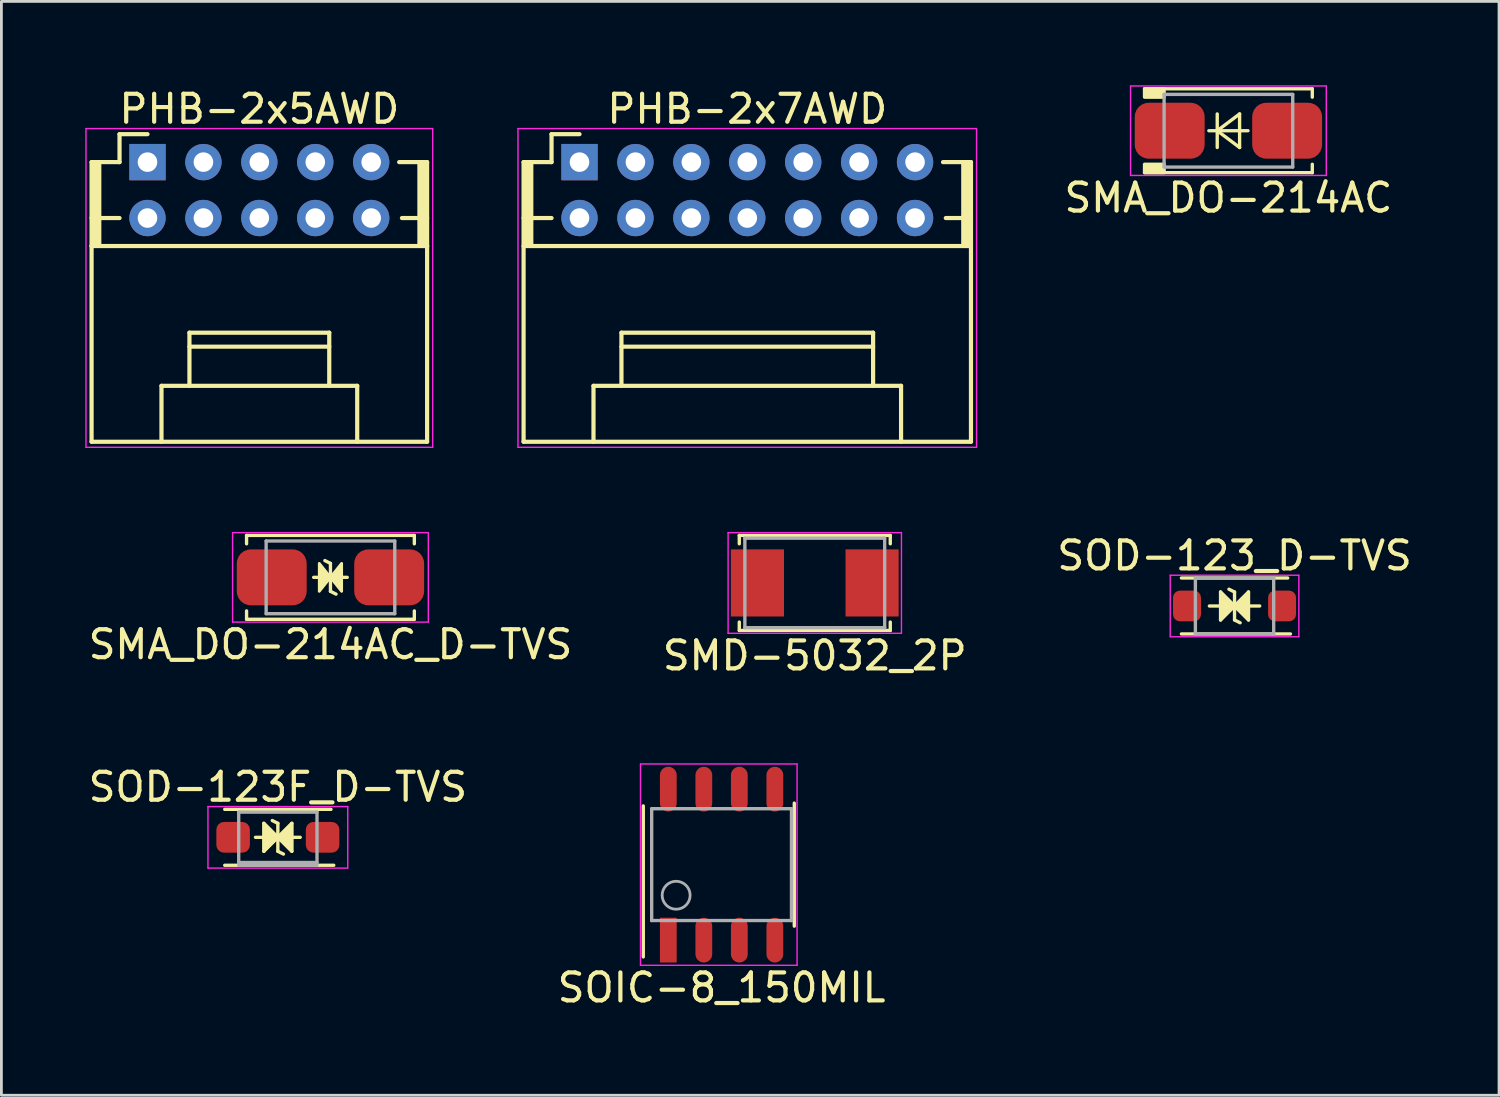
<source format=kicad_pcb>
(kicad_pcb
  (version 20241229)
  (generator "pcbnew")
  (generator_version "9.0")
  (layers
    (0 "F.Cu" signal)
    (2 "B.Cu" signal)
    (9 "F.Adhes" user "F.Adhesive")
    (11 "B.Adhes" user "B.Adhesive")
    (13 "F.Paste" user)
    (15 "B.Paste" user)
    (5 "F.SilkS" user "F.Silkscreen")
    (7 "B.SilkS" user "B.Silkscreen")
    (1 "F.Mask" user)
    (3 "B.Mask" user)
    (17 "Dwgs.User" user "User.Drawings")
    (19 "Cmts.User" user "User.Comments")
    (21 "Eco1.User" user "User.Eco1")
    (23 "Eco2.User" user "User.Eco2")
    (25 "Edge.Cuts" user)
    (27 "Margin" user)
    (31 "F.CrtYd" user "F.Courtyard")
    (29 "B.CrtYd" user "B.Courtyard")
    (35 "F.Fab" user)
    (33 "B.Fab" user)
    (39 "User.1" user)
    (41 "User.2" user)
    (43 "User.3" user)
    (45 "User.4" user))
  (footprint "SOIC-8_150MIL"
    (layer "F.Cu")
    (at 22.756 27.872)
    (property "Reference" "SOIC-8_150MIL" (at 0 4.4 0) (layer "F.SilkS") (effects (font (size 1 1) (thickness 0.15))))
    (attr through_hole)
    (fp_line (start -2.8 -2.1) (end -2.8 3.3) (stroke (width 0.12) (type solid)) (layer "F.SilkS"))
    (fp_line (start 2.6 -2.2) (end 2.6 2.2) (stroke (width 0.12) (type solid)) (layer "F.SilkS"))
    (fp_line (start -2.9 -3.6) (end 2.7 -3.6) (stroke (width 0.05) (type solid)) (layer "F.CrtYd"))
    (fp_line (start -2.9 3.6) (end -2.9 -3.6) (stroke (width 0.05) (type solid)) (layer "F.CrtYd"))
    (fp_line (start 2.7 -3.6) (end 2.7 3.6) (stroke (width 0.05) (type solid)) (layer "F.CrtYd"))
    (fp_line (start 2.7 3.6) (end -2.9 3.6) (stroke (width 0.05) (type solid)) (layer "F.CrtYd"))
    (fp_line (start -2.5 -2) (end 2.5 -2) (stroke (width 0.12) (type solid)) (layer "F.Fab"))
    (fp_line (start -2.5 2) (end -2.5 -2) (stroke (width 0.12) (type solid)) (layer "F.Fab"))
    (fp_line (start -2.5 2) (end 2.5 2) (stroke (width 0.12) (type solid)) (layer "F.Fab"))
    (fp_line (start 2.5 2) (end 2.5 -2) (stroke (width 0.12) (type solid)) (layer "F.Fab"))
    (fp_circle (center -1.625 1.095) (end -1.125 1.095) (stroke (width 0.1) (type solid)) (fill no) (layer "F.Fab"))
    (pad "1" smd rect (at -1.905 2.7) (size 0.6 1.6) (layers "F.Cu" "F.Mask" "F.Paste"))
    (pad "2" smd oval (at -0.635 2.7) (size 0.6 1.6) (layers "F.Cu" "F.Mask" "F.Paste"))
    (pad "3" smd oval (at 0.635 2.7 180) (size 0.6 1.6) (layers "F.Cu" "F.Mask" "F.Paste"))
    (pad "4" smd oval (at 1.905 2.7) (size 0.6 1.6) (layers "F.Cu" "F.Mask" "F.Paste"))
    (pad "5" smd oval (at 1.905 -2.7) (size 0.6 1.6) (layers "F.Cu" "F.Mask" "F.Paste"))
    (pad "6" smd oval (at 0.635 -2.7) (size 0.6 1.6) (layers "F.Cu" "F.Mask" "F.Paste"))
    (pad "7" smd oval (at -0.635 -2.7) (size 0.6 1.6) (layers "F.Cu" "F.Mask" "F.Paste"))
    (pad "8" smd oval (at -1.905 -2.7) (size 0.6 1.6) (layers "F.Cu" "F.Mask" "F.Paste")))
  (footprint "SMA_DO-214AC_D-TVS"
    (layer "F.Cu")
    (at 8.768 17.598)
    (property "Reference" "SMA_DO-214AC_D-TVS" (at 0 2.4 0) (layer "F.SilkS") (effects (font (size 1 1) (thickness 0.15))))
    (attr through_hole)
    (fp_line (start -3 -1.5) (end -3 -1.2) (stroke (width 0.12) (type solid)) (layer "F.SilkS"))
    (fp_line (start -3 -1.5) (end 3 -1.5) (stroke (width 0.12) (type solid)) (layer "F.SilkS"))
    (fp_line (start -3 1.5) (end -3 1.2) (stroke (width 0.12) (type solid)) (layer "F.SilkS"))
    (fp_line (start -3 1.5) (end 3 1.5) (stroke (width 0.12) (type solid)) (layer "F.SilkS"))
    (fp_line (start -0.6 0) (end 0.6 0) (stroke (width 0.12) (type solid)) (layer "F.SilkS"))
    (fp_line (start 0 -0.5) (end -0.2 -0.6) (stroke (width 0.12) (type solid)) (layer "F.SilkS"))
    (fp_line (start 0 -0.5) (end 0 0.5) (stroke (width 0.12) (type solid)) (layer "F.SilkS"))
    (fp_line (start 0 0.5) (end 0.2 0.6) (stroke (width 0.12) (type solid)) (layer "F.SilkS"))
    (fp_line (start 3 -1.5) (end 3 -1.2) (stroke (width 0.12) (type solid)) (layer "F.SilkS"))
    (fp_line (start 3 1.5) (end 3 1.2) (stroke (width 0.12) (type solid)) (layer "F.SilkS"))
    (fp_poly (pts (xy 0 0) (xy -0.4 -0.5) (xy -0.4 0.5)) (stroke (width 0.1) (type solid)) (fill yes) (layer "F.SilkS"))
    (fp_poly (pts (xy 0 0) (xy 0.4 -0.5) (xy 0.4 0.5)) (stroke (width 0.1) (type solid)) (fill yes) (layer "F.SilkS"))
    (fp_line (start -3.5 -1.6) (end 3.5 -1.6) (stroke (width 0.05) (type solid)) (layer "F.CrtYd"))
    (fp_line (start -3.5 1.6) (end -3.5 -1.6) (stroke (width 0.05) (type solid)) (layer "F.CrtYd"))
    (fp_line (start 3.5 -1.6) (end 3.5 1.6) (stroke (width 0.05) (type solid)) (layer "F.CrtYd"))
    (fp_line (start 3.5 1.6) (end -3.5 1.6) (stroke (width 0.05) (type solid)) (layer "F.CrtYd"))
    (fp_line (start -2.3 -1.3) (end 2.3 -1.3) (stroke (width 0.12) (type solid)) (layer "F.Fab"))
    (fp_line (start -2.3 1.3) (end -2.3 -1.3) (stroke (width 0.12) (type solid)) (layer "F.Fab"))
    (fp_line (start -2.3 1.3) (end 2.3 1.3) (stroke (width 0.12) (type solid)) (layer "F.Fab"))
    (fp_line (start 2.3 1.3) (end 2.3 -1.3) (stroke (width 0.12) (type solid)) (layer "F.Fab"))
    (pad "1" smd roundrect (at -2.1 0) (size 2.5 2) (layers "F.Cu" "F.Mask" "F.Paste") (roundrect_rratio 0.25))
    (pad "2" smd roundrect (at 2.1 0) (size 2.5 2) (layers "F.Cu" "F.Mask" "F.Paste") (roundrect_rratio 0.25)))
  (footprint "PHB-2x5AWD"
    (layer "F.Cu")
    (at 6.225 2.748)
    (property "Reference" "PHB-2x5AWD" (at 0 -1.9 0) (layer "F.SilkS") (effects (font (size 1 1) (thickness 0.15))))
    (attr through_hole)
    (fp_line (start -6 0) (end -6 3) (stroke (width 0.15) (type solid)) (layer "F.SilkS"))
    (fp_line (start -6 3) (end 6 3) (stroke (width 0.15) (type solid)) (layer "F.SilkS"))
    (fp_line (start -6 10) (end -6 3) (stroke (width 0.15) (type solid)) (layer "F.SilkS"))
    (fp_line (start -5 -1) (end -5 0) (stroke (width 0.15) (type solid)) (layer "F.SilkS"))
    (fp_line (start -5 -1) (end -4 -1) (stroke (width 0.15) (type solid)) (layer "F.SilkS"))
    (fp_line (start -5 0) (end -6 0) (stroke (width 0.15) (type solid)) (layer "F.SilkS"))
    (fp_line (start -5 2) (end -6 2) (stroke (width 0.15) (type solid)) (layer "F.SilkS"))
    (fp_line (start -3.5 8) (end -3.5 10) (stroke (width 0.15) (type solid)) (layer "F.SilkS"))
    (fp_line (start -2.5 6.1) (end 2.5 6.1) (stroke (width 0.15) (type solid)) (layer "F.SilkS"))
    (fp_line (start -2.5 6.6) (end 2.5 6.6) (stroke (width 0.15) (type solid)) (layer "F.SilkS"))
    (fp_line (start -2.5 8) (end -2.5 6.1) (stroke (width 0.15) (type solid)) (layer "F.SilkS"))
    (fp_line (start 2.5 6.1) (end 2.5 8) (stroke (width 0.15) (type solid)) (layer "F.SilkS"))
    (fp_line (start 3.5 8) (end -3.5 8) (stroke (width 0.15) (type solid)) (layer "F.SilkS"))
    (fp_line (start 3.5 8) (end 3.5 10) (stroke (width 0.15) (type solid)) (layer "F.SilkS"))
    (fp_line (start 5 0) (end 6 0) (stroke (width 0.15) (type solid)) (layer "F.SilkS"))
    (fp_line (start 5.1 2) (end 6 2) (stroke (width 0.15) (type solid)) (layer "F.SilkS"))
    (fp_line (start 6 0) (end 6 3) (stroke (width 0.15) (type solid)) (layer "F.SilkS"))
    (fp_line (start 6 3) (end 6 10) (stroke (width 0.15) (type solid)) (layer "F.SilkS"))
    (fp_line (start 6 10) (end -6 10) (stroke (width 0.15) (type solid)) (layer "F.SilkS"))
    (fp_poly (pts (xy -6 0) (xy -5.7 0) (xy -5.7 3) (xy -6 3)) (stroke (width 0.1) (type solid)) (fill yes) (layer "F.SilkS"))
    (fp_poly (pts (xy 6 0) (xy 5.7 0) (xy 5.7 3) (xy 6 3)) (stroke (width 0.1) (type solid)) (fill yes) (layer "F.SilkS"))
    (fp_line (start -6.2 -1.2) (end 6.2 -1.2) (stroke (width 0.05) (type solid)) (layer "F.CrtYd"))
    (fp_line (start -6.2 10.2) (end -6.2 -1.2) (stroke (width 0.05) (type solid)) (layer "F.CrtYd"))
    (fp_line (start 6.2 -1.2) (end 6.2 10.2) (stroke (width 0.05) (type solid)) (layer "F.CrtYd"))
    (fp_line (start 6.2 10.2) (end -6.2 10.2) (stroke (width 0.05) (type solid)) (layer "F.CrtYd"))
    (pad "1" thru_hole rect (at -4 0) (size 1.3 1.3) (drill 0.7) (layers "*.Cu" "*.Mask"))
    (pad "2" thru_hole circle (at -4 2) (size 1.3 1.3) (drill 0.7) (layers "*.Cu" "*.Mask"))
    (pad "3" thru_hole circle (at -2 0) (size 1.3 1.3) (drill 0.7) (layers "*.Cu" "*.Mask"))
    (pad "4" thru_hole circle (at -2 2) (size 1.3 1.3) (drill 0.7) (layers "*.Cu" "*.Mask"))
    (pad "5" thru_hole circle (at 0 0) (size 1.3 1.3) (drill 0.7) (layers "*.Cu" "*.Mask"))
    (pad "6" thru_hole circle (at 0 2) (size 1.3 1.3) (drill 0.7) (layers "*.Cu" "*.Mask"))
    (pad "7" thru_hole circle (at 2 0) (size 1.3 1.3) (drill 0.7) (layers "*.Cu" "*.Mask"))
    (pad "8" thru_hole circle (at 2 2) (size 1.3 1.3) (drill 0.7) (layers "*.Cu" "*.Mask"))
    (pad "9" thru_hole circle (at 4 0) (size 1.3 1.3) (drill 0.7) (layers "*.Cu" "*.Mask"))
    (pad "10" thru_hole circle (at 4 2) (size 1.3 1.3) (drill 0.7) (layers "*.Cu" "*.Mask")))
  (footprint "PHB-2x7AWD"
    (layer "F.Cu")
    (at 23.675 2.748)
    (property "Reference" "PHB-2x7AWD" (at 0 -1.9 0) (layer "F.SilkS") (effects (font (size 1 1) (thickness 0.15))))
    (attr through_hole)
    (fp_line (start -8 3) (end 8 3) (stroke (width 0.15) (type solid)) (layer "F.SilkS"))
    (fp_line (start -8 10) (end -8 0) (stroke (width 0.15) (type solid)) (layer "F.SilkS"))
    (fp_line (start -7 -1) (end -7 0) (stroke (width 0.15) (type solid)) (layer "F.SilkS"))
    (fp_line (start -7 -1) (end -6 -1) (stroke (width 0.15) (type solid)) (layer "F.SilkS"))
    (fp_line (start -7 0) (end -8 0) (stroke (width 0.15) (type solid)) (layer "F.SilkS"))
    (fp_line (start -7 2) (end -8 2) (stroke (width 0.15) (type solid)) (layer "F.SilkS"))
    (fp_line (start -5.5 8) (end -5.5 10) (stroke (width 0.15) (type solid)) (layer "F.SilkS"))
    (fp_line (start -4.5 6.1) (end 4.5 6.1) (stroke (width 0.15) (type solid)) (layer "F.SilkS"))
    (fp_line (start -4.5 6.6) (end 4.5 6.6) (stroke (width 0.15) (type solid)) (layer "F.SilkS"))
    (fp_line (start -4.5 8) (end -4.5 6.1) (stroke (width 0.15) (type solid)) (layer "F.SilkS"))
    (fp_line (start 4.5 6.1) (end 4.5 8) (stroke (width 0.15) (type solid)) (layer "F.SilkS"))
    (fp_line (start 5.5 8) (end -5.5 8) (stroke (width 0.15) (type solid)) (layer "F.SilkS"))
    (fp_line (start 5.5 8) (end 5.5 10) (stroke (width 0.15) (type solid)) (layer "F.SilkS"))
    (fp_line (start 7 0) (end 8 0) (stroke (width 0.15) (type solid)) (layer "F.SilkS"))
    (fp_line (start 7.1 2) (end 8 2) (stroke (width 0.15) (type solid)) (layer "F.SilkS"))
    (fp_line (start 8 0) (end 8 10) (stroke (width 0.15) (type solid)) (layer "F.SilkS"))
    (fp_line (start 8 10) (end -8 10) (stroke (width 0.15) (type solid)) (layer "F.SilkS"))
    (fp_poly (pts (xy -8 0) (xy -7.7 0) (xy -7.7 3) (xy -8 3)) (stroke (width 0.1) (type solid)) (fill yes) (layer "F.SilkS"))
    (fp_poly (pts (xy 8 0) (xy 7.7 0) (xy 7.7 3) (xy 8 3)) (stroke (width 0.1) (type solid)) (fill yes) (layer "F.SilkS"))
    (fp_line (start -8.2 -1.2) (end 8.2 -1.2) (stroke (width 0.05) (type solid)) (layer "F.CrtYd"))
    (fp_line (start -8.2 10.2) (end -8.2 -1.2) (stroke (width 0.05) (type solid)) (layer "F.CrtYd"))
    (fp_line (start 8.2 -1.2) (end 8.2 10.2) (stroke (width 0.05) (type solid)) (layer "F.CrtYd"))
    (fp_line (start 8.2 10.2) (end -8.2 10.2) (stroke (width 0.05) (type solid)) (layer "F.CrtYd"))
    (pad "1" thru_hole rect (at -6 0) (size 1.3 1.3) (drill 0.7) (layers "*.Cu" "*.Mask"))
    (pad "2" thru_hole circle (at -6 2) (size 1.3 1.3) (drill 0.7) (layers "*.Cu" "*.Mask"))
    (pad "3" thru_hole circle (at -4 0) (size 1.3 1.3) (drill 0.7) (layers "*.Cu" "*.Mask"))
    (pad "4" thru_hole circle (at -4 2) (size 1.3 1.3) (drill 0.7) (layers "*.Cu" "*.Mask"))
    (pad "5" thru_hole circle (at -2 0) (size 1.3 1.3) (drill 0.7) (layers "*.Cu" "*.Mask"))
    (pad "6" thru_hole circle (at -2 2) (size 1.3 1.3) (drill 0.7) (layers "*.Cu" "*.Mask"))
    (pad "7" thru_hole circle (at 0 0) (size 1.3 1.3) (drill 0.7) (layers "*.Cu" "*.Mask"))
    (pad "8" thru_hole circle (at 0 2) (size 1.3 1.3) (drill 0.7) (layers "*.Cu" "*.Mask"))
    (pad "9" thru_hole circle (at 2 0) (size 1.3 1.3) (drill 0.7) (layers "*.Cu" "*.Mask"))
    (pad "10" thru_hole circle (at 2 2) (size 1.3 1.3) (drill 0.7) (layers "*.Cu" "*.Mask"))
    (pad "11" thru_hole circle (at 4 0) (size 1.3 1.3) (drill 0.7) (layers "*.Cu" "*.Mask"))
    (pad "12" thru_hole circle (at 4 2) (size 1.3 1.3) (drill 0.7) (layers "*.Cu" "*.Mask"))
    (pad "13" thru_hole circle (at 6 0) (size 1.3 1.3) (drill 0.7) (layers "*.Cu" "*.Mask"))
    (pad "14" thru_hole circle (at 6 2) (size 1.3 1.3) (drill 0.7) (layers "*.Cu" "*.Mask")))
  (footprint "SOD-123F_D-TVS"
    (layer "F.Cu")
    (at 6.887 26.895)
    (property "Reference" "SOD-123F_D-TVS" (at 0 -1.8 0) (layer "F.SilkS") (effects (font (size 1 1) (thickness 0.15))))
    (attr through_hole)
    (fp_line (start -1.9 -1) (end 1.9 -1) (stroke (width 0.12) (type solid)) (layer "F.SilkS"))
    (fp_line (start -1.9 1) (end 2 1) (stroke (width 0.12) (type solid)) (layer "F.SilkS"))
    (fp_line (start -0.8 0) (end 0.8 0) (stroke (width 0.12) (type solid)) (layer "F.SilkS"))
    (fp_line (start -0.5 -0.5) (end 0.5 0.5) (stroke (width 0.12) (type solid)) (layer "F.SilkS"))
    (fp_line (start -0.5 0.5) (end -0.5 -0.5) (stroke (width 0.12) (type solid)) (layer "F.SilkS"))
    (fp_line (start 0 -0.5) (end -0.2 -0.6) (stroke (width 0.12) (type solid)) (layer "F.SilkS"))
    (fp_line (start 0 -0.5) (end 0 0.5) (stroke (width 0.12) (type solid)) (layer "F.SilkS"))
    (fp_line (start 0 0.5) (end 0.2 0.6) (stroke (width 0.12) (type solid)) (layer "F.SilkS"))
    (fp_line (start 0.5 -0.5) (end -0.5 0.5) (stroke (width 0.12) (type solid)) (layer "F.SilkS"))
    (fp_line (start 0.5 0.5) (end 0.5 -0.5) (stroke (width 0.12) (type solid)) (layer "F.SilkS"))
    (fp_poly (pts (xy -0.5 -0.5) (xy -0.5 0.5) (xy 0 0)) (stroke (width 0.1) (type solid)) (fill yes) (layer "F.SilkS"))
    (fp_poly (pts (xy 0.5 -0.5) (xy 0 0) (xy 0.5 0.5)) (stroke (width 0.1) (type solid)) (fill yes) (layer "F.SilkS"))
    (fp_line (start -2.5 -1.1) (end 2.5 -1.1) (stroke (width 0.05) (type solid)) (layer "F.CrtYd"))
    (fp_line (start -2.5 1.1) (end -2.5 -1.1) (stroke (width 0.05) (type solid)) (layer "F.CrtYd"))
    (fp_line (start 2.5 -1.1) (end 2.5 1.1) (stroke (width 0.05) (type solid)) (layer "F.CrtYd"))
    (fp_line (start 2.5 1.1) (end -2.5 1.1) (stroke (width 0.05) (type solid)) (layer "F.CrtYd"))
    (fp_line (start -1.4 -0.9) (end 1.4 -0.9) (stroke (width 0.12) (type solid)) (layer "F.Fab"))
    (fp_line (start -1.4 0.9) (end -1.4 -0.9) (stroke (width 0.12) (type solid)) (layer "F.Fab"))
    (fp_line (start -1.4 0.9) (end 1.4 0.9) (stroke (width 0.12) (type solid)) (layer "F.Fab"))
    (fp_line (start -1.4 1) (end 1.4 1) (stroke (width 0.12) (type solid)) (layer "F.Fab"))
    (fp_line (start 1.4 0.9) (end 1.4 -0.9) (stroke (width 0.12) (type solid)) (layer "F.Fab"))
    (pad "1" smd roundrect (at -1.6 0) (size 1.2 1.1) (layers "F.Cu" "F.Mask" "F.Paste") (roundrect_rratio 0.25))
    (pad "2" smd roundrect (at 1.6 0) (size 1.2 1.1) (layers "F.Cu" "F.Mask" "F.Paste") (roundrect_rratio 0.25)))
  (footprint "SMD-5032_2P"
    (layer "F.Cu")
    (at 26.089 17.798)
    (property "Reference" "SMD-5032_2P" (at 0 2.6 0) (layer "F.SilkS") (effects (font (size 1 1) (thickness 0.15))))
    (attr through_hole)
    (fp_line (start -2.7 -1.7) (end -2.7 -1.4) (stroke (width 0.12) (type solid)) (layer "F.SilkS"))
    (fp_line (start -2.7 -1.7) (end 2.7 -1.7) (stroke (width 0.12) (type solid)) (layer "F.SilkS"))
    (fp_line (start -2.7 1.7) (end -2.7 1.4) (stroke (width 0.12) (type solid)) (layer "F.SilkS"))
    (fp_line (start 2.7 -1.7) (end 2.7 -1.4) (stroke (width 0.12) (type solid)) (layer "F.SilkS"))
    (fp_line (start 2.7 1.4) (end 2.7 1.7) (stroke (width 0.12) (type solid)) (layer "F.SilkS"))
    (fp_line (start 2.7 1.7) (end -2.7 1.7) (stroke (width 0.12) (type solid)) (layer "F.SilkS"))
    (fp_line (start -3.1 -1.8) (end 3.1 -1.8) (stroke (width 0.05) (type solid)) (layer "F.CrtYd"))
    (fp_line (start -3.1 1.8) (end -3.1 -1.8) (stroke (width 0.05) (type solid)) (layer "F.CrtYd"))
    (fp_line (start 3.1 -1.8) (end 3.1 1.8) (stroke (width 0.05) (type solid)) (layer "F.CrtYd"))
    (fp_line (start 3.1 1.8) (end -3.1 1.8) (stroke (width 0.05) (type solid)) (layer "F.CrtYd"))
    (fp_line (start -2.5 -1.6) (end 2.5 -1.6) (stroke (width 0.12) (type solid)) (layer "F.Fab"))
    (fp_line (start -2.5 1.6) (end -2.5 -1.6) (stroke (width 0.12) (type solid)) (layer "F.Fab"))
    (fp_line (start -2.5 1.6) (end 2.5 1.6) (stroke (width 0.12) (type solid)) (layer "F.Fab"))
    (fp_line (start 2.5 1.6) (end 2.5 -1.6) (stroke (width 0.12) (type solid)) (layer "F.Fab"))
    (pad "1" smd rect (at -2.05 0 90) (size 2.4 1.9) (layers "F.Cu" "F.Mask" "F.Paste"))
    (pad "2" smd rect (at 2.05 0 90) (size 2.4 1.9) (layers "F.Cu" "F.Mask" "F.Paste")))
  (footprint "SMA_DO-214AC"
    (layer "F.Cu")
    (at 40.882 1.625)
    (property "Reference" "SMA_DO-214AC" (at 0 2.4 0) (layer "F.SilkS") (effects (font (size 1 1) (thickness 0.15))))
    (attr through_hole)
    (fp_line (start -3 -1.5) (end 3 -1.5) (stroke (width 0.12) (type solid)) (layer "F.SilkS"))
    (fp_line (start -3 1.5) (end 3 1.5) (stroke (width 0.12) (type solid)) (layer "F.SilkS"))
    (fp_line (start -0.7 0) (end 0.7 0) (stroke (width 0.12) (type solid)) (layer "F.SilkS"))
    (fp_line (start -0.4 -0.6) (end -0.4 0.6) (stroke (width 0.12) (type solid)) (layer "F.SilkS"))
    (fp_line (start -0.4 0) (end 0.4 -0.6) (stroke (width 0.12) (type solid)) (layer "F.SilkS"))
    (fp_line (start -0.4 0) (end 0.4 0.6) (stroke (width 0.12) (type solid)) (layer "F.SilkS"))
    (fp_line (start 0.4 -0.6) (end 0.4 0.6) (stroke (width 0.12) (type solid)) (layer "F.SilkS"))
    (fp_line (start 3 -1.5) (end 3 -1.2) (stroke (width 0.12) (type solid)) (layer "F.SilkS"))
    (fp_line (start 3 1.5) (end 3 1.2) (stroke (width 0.12) (type solid)) (layer "F.SilkS"))
    (fp_poly (pts (xy -3 -1.5) (xy -2.3 -1.5) (xy -2.3 -1.2) (xy -3 -1.2)) (stroke (width 0.12) (type solid)) (fill yes) (layer "F.SilkS"))
    (fp_poly (pts (xy -3 1.2) (xy -2.3 1.2) (xy -2.3 1.5) (xy -3 1.5)) (stroke (width 0.12) (type solid)) (fill yes) (layer "F.SilkS"))
    (fp_line (start -3.5 -1.6) (end 3.5 -1.6) (stroke (width 0.05) (type solid)) (layer "F.CrtYd"))
    (fp_line (start -3.5 1.6) (end -3.5 -1.6) (stroke (width 0.05) (type solid)) (layer "F.CrtYd"))
    (fp_line (start 3.5 -1.6) (end 3.5 1.6) (stroke (width 0.05) (type solid)) (layer "F.CrtYd"))
    (fp_line (start 3.5 1.6) (end -3.5 1.6) (stroke (width 0.05) (type solid)) (layer "F.CrtYd"))
    (fp_line (start -2.3 -1.3) (end 2.3 -1.3) (stroke (width 0.12) (type solid)) (layer "F.Fab"))
    (fp_line (start -2.3 1.3) (end -2.3 -1.3) (stroke (width 0.12) (type solid)) (layer "F.Fab"))
    (fp_line (start -2.3 1.3) (end 2.3 1.3) (stroke (width 0.12) (type solid)) (layer "F.Fab"))
    (fp_line (start 2.3 1.3) (end 2.3 -1.3) (stroke (width 0.12) (type solid)) (layer "F.Fab"))
    (pad "1" smd roundrect (at -2.1 0) (size 2.5 2) (layers "F.Cu" "F.Mask" "F.Paste") (roundrect_rratio 0.25))
    (pad "2" smd roundrect (at 2.1 0) (size 2.5 2) (layers "F.Cu" "F.Mask" "F.Paste") (roundrect_rratio 0.25)))
  (footprint "SOD-123_D-TVS"
    (layer "F.Cu")
    (at 41.101 18.622)
    (property "Reference" "SOD-123_D-TVS" (at 0 -1.8 0) (layer "F.SilkS") (effects (font (size 1 1) (thickness 0.15))))
    (attr through_hole)
    (fp_line (start -1.9 -1) (end 1.9 -1) (stroke (width 0.12) (type solid)) (layer "F.SilkS"))
    (fp_line (start -1.9 1) (end 2 1) (stroke (width 0.12) (type solid)) (layer "F.SilkS"))
    (fp_line (start -0.9 0) (end 0.9 0) (stroke (width 0.12) (type solid)) (layer "F.SilkS"))
    (fp_line (start -0.5 -0.5) (end 0.5 0.5) (stroke (width 0.12) (type solid)) (layer "F.SilkS"))
    (fp_line (start -0.5 0.5) (end -0.5 -0.5) (stroke (width 0.12) (type solid)) (layer "F.SilkS"))
    (fp_line (start 0 -0.5) (end -0.2 -0.6) (stroke (width 0.12) (type solid)) (layer "F.SilkS"))
    (fp_line (start 0 -0.5) (end 0 0.5) (stroke (width 0.12) (type solid)) (layer "F.SilkS"))
    (fp_line (start 0 0.5) (end 0.2 0.6) (stroke (width 0.12) (type solid)) (layer "F.SilkS"))
    (fp_line (start 0.5 -0.5) (end -0.5 0.5) (stroke (width 0.12) (type solid)) (layer "F.SilkS"))
    (fp_line (start 0.5 0.5) (end 0.5 -0.5) (stroke (width 0.12) (type solid)) (layer "F.SilkS"))
    (fp_poly (pts (xy -0.5 -0.5) (xy -0.5 0.5) (xy 0 0)) (stroke (width 0.1) (type solid)) (fill yes) (layer "F.SilkS"))
    (fp_poly (pts (xy 0.5 -0.5) (xy 0 0) (xy 0.5 0.5)) (stroke (width 0.1) (type solid)) (fill yes) (layer "F.SilkS"))
    (fp_line (start -2.3 -1.1) (end 2.3 -1.1) (stroke (width 0.05) (type solid)) (layer "F.CrtYd"))
    (fp_line (start -2.3 1.1) (end -2.3 -1.1) (stroke (width 0.05) (type solid)) (layer "F.CrtYd"))
    (fp_line (start 2.3 -1.1) (end 2.3 1.1) (stroke (width 0.05) (type solid)) (layer "F.CrtYd"))
    (fp_line (start 2.3 1.1) (end -2.3 1.1) (stroke (width 0.05) (type solid)) (layer "F.CrtYd"))
    (fp_line (start -1.4 -1) (end 1.4 -1) (stroke (width 0.12) (type solid)) (layer "F.Fab"))
    (fp_line (start -1.4 1) (end -1.4 -1) (stroke (width 0.12) (type solid)) (layer "F.Fab"))
    (fp_line (start -1.4 1) (end 1.4 1) (stroke (width 0.12) (type solid)) (layer "F.Fab"))
    (fp_line (start 1.4 1) (end 1.4 -1) (stroke (width 0.12) (type solid)) (layer "F.Fab"))
    (pad "1" smd roundrect (at -1.7 0) (size 1 1.1) (layers "F.Cu" "F.Mask" "F.Paste") (roundrect_rratio 0.25))
    (pad "2" smd roundrect (at 1.7 0) (size 1 1.1) (layers "F.Cu" "F.Mask" "F.Paste") (roundrect_rratio 0.25)))
  (gr_rect
    (start -3 -3)
    (end 50.56 36.12)
    (stroke (width 0.1) (type default))
    (fill no)
    (layer "Edge.Cuts")))
</source>
